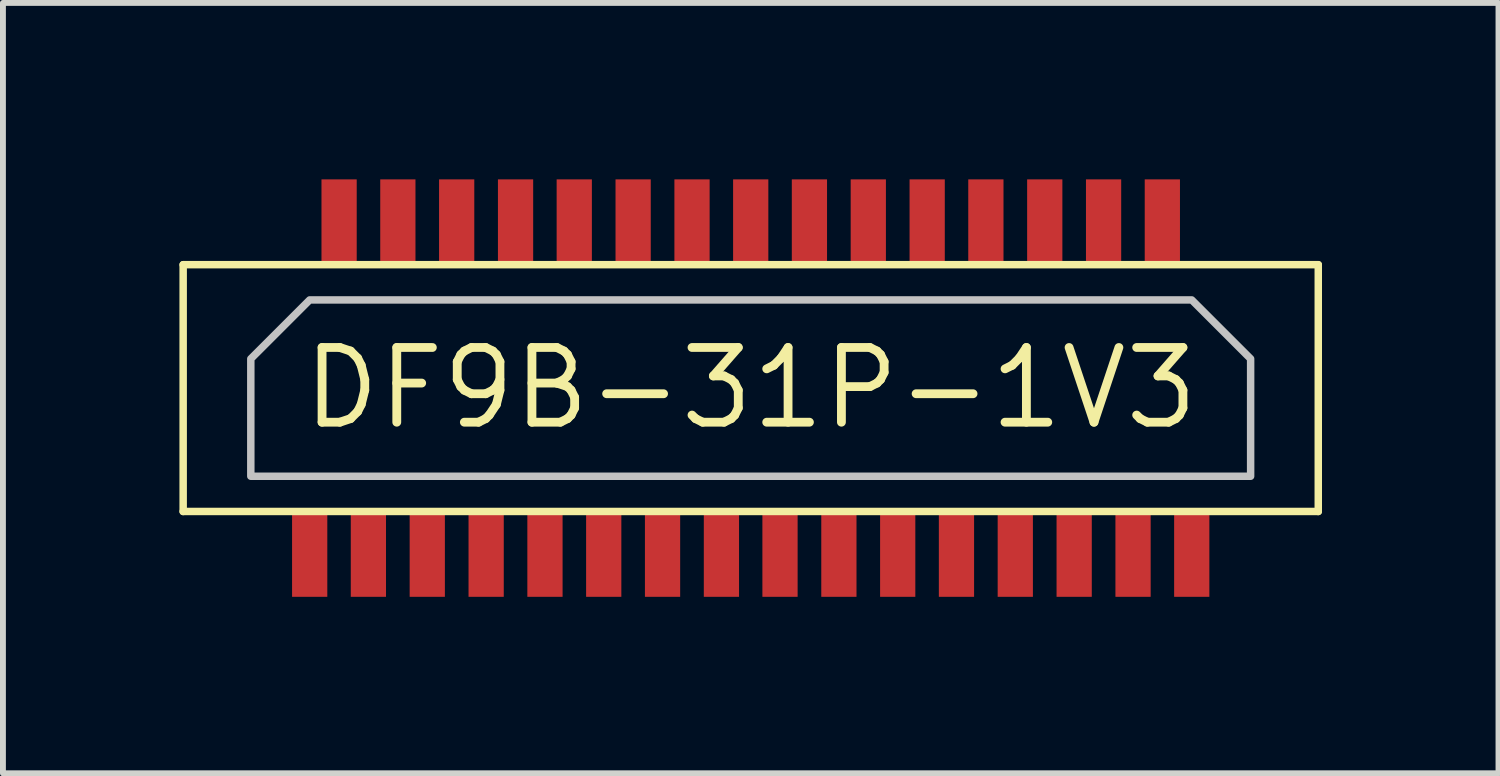
<source format=kicad_pcb>
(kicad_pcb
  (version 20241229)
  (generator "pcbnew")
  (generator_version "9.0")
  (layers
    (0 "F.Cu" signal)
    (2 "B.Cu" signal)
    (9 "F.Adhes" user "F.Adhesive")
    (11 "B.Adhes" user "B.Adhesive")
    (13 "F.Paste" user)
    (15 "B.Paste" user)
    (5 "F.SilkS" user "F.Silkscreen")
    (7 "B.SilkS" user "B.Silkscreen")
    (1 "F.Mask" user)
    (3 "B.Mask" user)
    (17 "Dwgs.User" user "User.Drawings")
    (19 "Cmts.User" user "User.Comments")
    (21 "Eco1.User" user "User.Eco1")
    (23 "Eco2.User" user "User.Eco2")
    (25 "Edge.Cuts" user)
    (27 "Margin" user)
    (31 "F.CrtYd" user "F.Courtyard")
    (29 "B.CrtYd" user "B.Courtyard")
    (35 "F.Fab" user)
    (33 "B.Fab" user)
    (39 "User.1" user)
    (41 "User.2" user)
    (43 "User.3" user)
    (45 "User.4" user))
  (footprint "DF9B-31P-1V3"
    (layer "F.Cu")
    (at 9.713 3.548)
    (property "Reference" "DF9B-31P-1V3" (at 0 0 0) (layer "F.SilkS") (effects (font (size 1.27 1.27) (thickness 0.15))))
    (attr smd)
    (fp_line (start -9.649 -2.098) (end -9.649 2.098) (stroke (width 0.127) (type solid)) (layer "F.SilkS"))
    (fp_line (start -9.649 2.098) (end 9.649 2.098) (stroke (width 0.127) (type solid)) (layer "F.SilkS"))
    (fp_line (start 9.649 -2.098) (end -9.649 -2.098) (stroke (width 0.127) (type solid)) (layer "F.SilkS"))
    (fp_line (start 9.649 2.098) (end 9.649 -2.098) (stroke (width 0.127) (type solid)) (layer "F.SilkS"))
    (fp_poly (pts (xy -8.499 1.499) (xy 8.499 1.499) (xy 8.499 -0.498) (xy 7.498 -1.499) (xy -7.498 -1.499) (xy -8.499 -0.498) (xy -8.499 1.499)) (stroke (width 0.127) (type solid)) (fill no) (layer "Dwgs.User"))
    (pad "P$1" smd rect (at -7.498 2.799) (size 0.599 1.499) (layers "F.Cu" "F.Mask" "F.Paste"))
    (pad "P$2" smd rect (at -6.998 -2.799) (size 0.599 1.499) (layers "F.Cu" "F.Mask" "F.Paste"))
    (pad "P$3" smd rect (at -6.5 2.799) (size 0.599 1.499) (layers "F.Cu" "F.Mask" "F.Paste"))
    (pad "P$4" smd rect (at -5.999 -2.799) (size 0.599 1.499) (layers "F.Cu" "F.Mask" "F.Paste"))
    (pad "P$5" smd rect (at -5.499 2.799) (size 0.599 1.499) (layers "F.Cu" "F.Mask" "F.Paste"))
    (pad "P$6" smd rect (at -4.999 -2.799) (size 0.599 1.499) (layers "F.Cu" "F.Mask" "F.Paste"))
    (pad "P$7" smd rect (at -4.498 2.799) (size 0.599 1.499) (layers "F.Cu" "F.Mask" "F.Paste"))
    (pad "P$8" smd rect (at -3.998 -2.799) (size 0.599 1.499) (layers "F.Cu" "F.Mask" "F.Paste"))
    (pad "P$9" smd rect (at -3.498 2.799) (size 0.599 1.499) (layers "F.Cu" "F.Mask" "F.Paste"))
    (pad "P$10" smd rect (at -3 -2.799) (size 0.599 1.499) (layers "F.Cu" "F.Mask" "F.Paste"))
    (pad "P$11" smd rect (at -2.499 2.799) (size 0.599 1.499) (layers "F.Cu" "F.Mask" "F.Paste"))
    (pad "P$12" smd rect (at -1.999 -2.799) (size 0.599 1.499) (layers "F.Cu" "F.Mask" "F.Paste"))
    (pad "P$13" smd rect (at -1.499 2.799) (size 0.599 1.499) (layers "F.Cu" "F.Mask" "F.Paste"))
    (pad "P$14" smd rect (at -0.998 -2.799) (size 0.599 1.499) (layers "F.Cu" "F.Mask" "F.Paste"))
    (pad "P$15" smd rect (at -0.498 2.799) (size 0.599 1.499) (layers "F.Cu" "F.Mask" "F.Paste"))
    (pad "P$16" smd rect (at 0 -2.799) (size 0.599 1.499) (layers "F.Cu" "F.Mask" "F.Paste"))
    (pad "P$17" smd rect (at 0.498 2.799) (size 0.599 1.499) (layers "F.Cu" "F.Mask" "F.Paste"))
    (pad "P$18" smd rect (at 0.998 -2.799) (size 0.599 1.499) (layers "F.Cu" "F.Mask" "F.Paste"))
    (pad "P$19" smd rect (at 1.499 2.799) (size 0.599 1.499) (layers "F.Cu" "F.Mask" "F.Paste"))
    (pad "P$20" smd rect (at 1.999 -2.799) (size 0.599 1.499) (layers "F.Cu" "F.Mask" "F.Paste"))
    (pad "P$21" smd rect (at 2.499 2.799) (size 0.599 1.499) (layers "F.Cu" "F.Mask" "F.Paste"))
    (pad "P$22" smd rect (at 3 -2.799) (size 0.599 1.499) (layers "F.Cu" "F.Mask" "F.Paste"))
    (pad "P$23" smd rect (at 3.498 2.799) (size 0.599 1.499) (layers "F.Cu" "F.Mask" "F.Paste"))
    (pad "P$24" smd rect (at 3.998 -2.799) (size 0.599 1.499) (layers "F.Cu" "F.Mask" "F.Paste"))
    (pad "P$25" smd rect (at 4.498 2.799) (size 0.599 1.499) (layers "F.Cu" "F.Mask" "F.Paste"))
    (pad "P$26" smd rect (at 4.999 -2.799) (size 0.599 1.499) (layers "F.Cu" "F.Mask" "F.Paste"))
    (pad "P$27" smd rect (at 5.499 2.799) (size 0.599 1.499) (layers "F.Cu" "F.Mask" "F.Paste"))
    (pad "P$28" smd rect (at 5.999 -2.799) (size 0.599 1.499) (layers "F.Cu" "F.Mask" "F.Paste"))
    (pad "P$29" smd rect (at 6.5 2.799) (size 0.599 1.499) (layers "F.Cu" "F.Mask" "F.Paste"))
    (pad "P$30" smd rect (at 6.998 -2.799) (size 0.599 1.499) (layers "F.Cu" "F.Mask" "F.Paste"))
    (pad "P$31" smd rect (at 7.498 2.799) (size 0.599 1.499) (layers "F.Cu" "F.Mask" "F.Paste")))
  (gr_rect
    (start -3 -3)
    (end 22.426 10.097)
    (stroke (width 0.1) (type default))
    (fill no)
    (layer "Edge.Cuts")))
</source>
